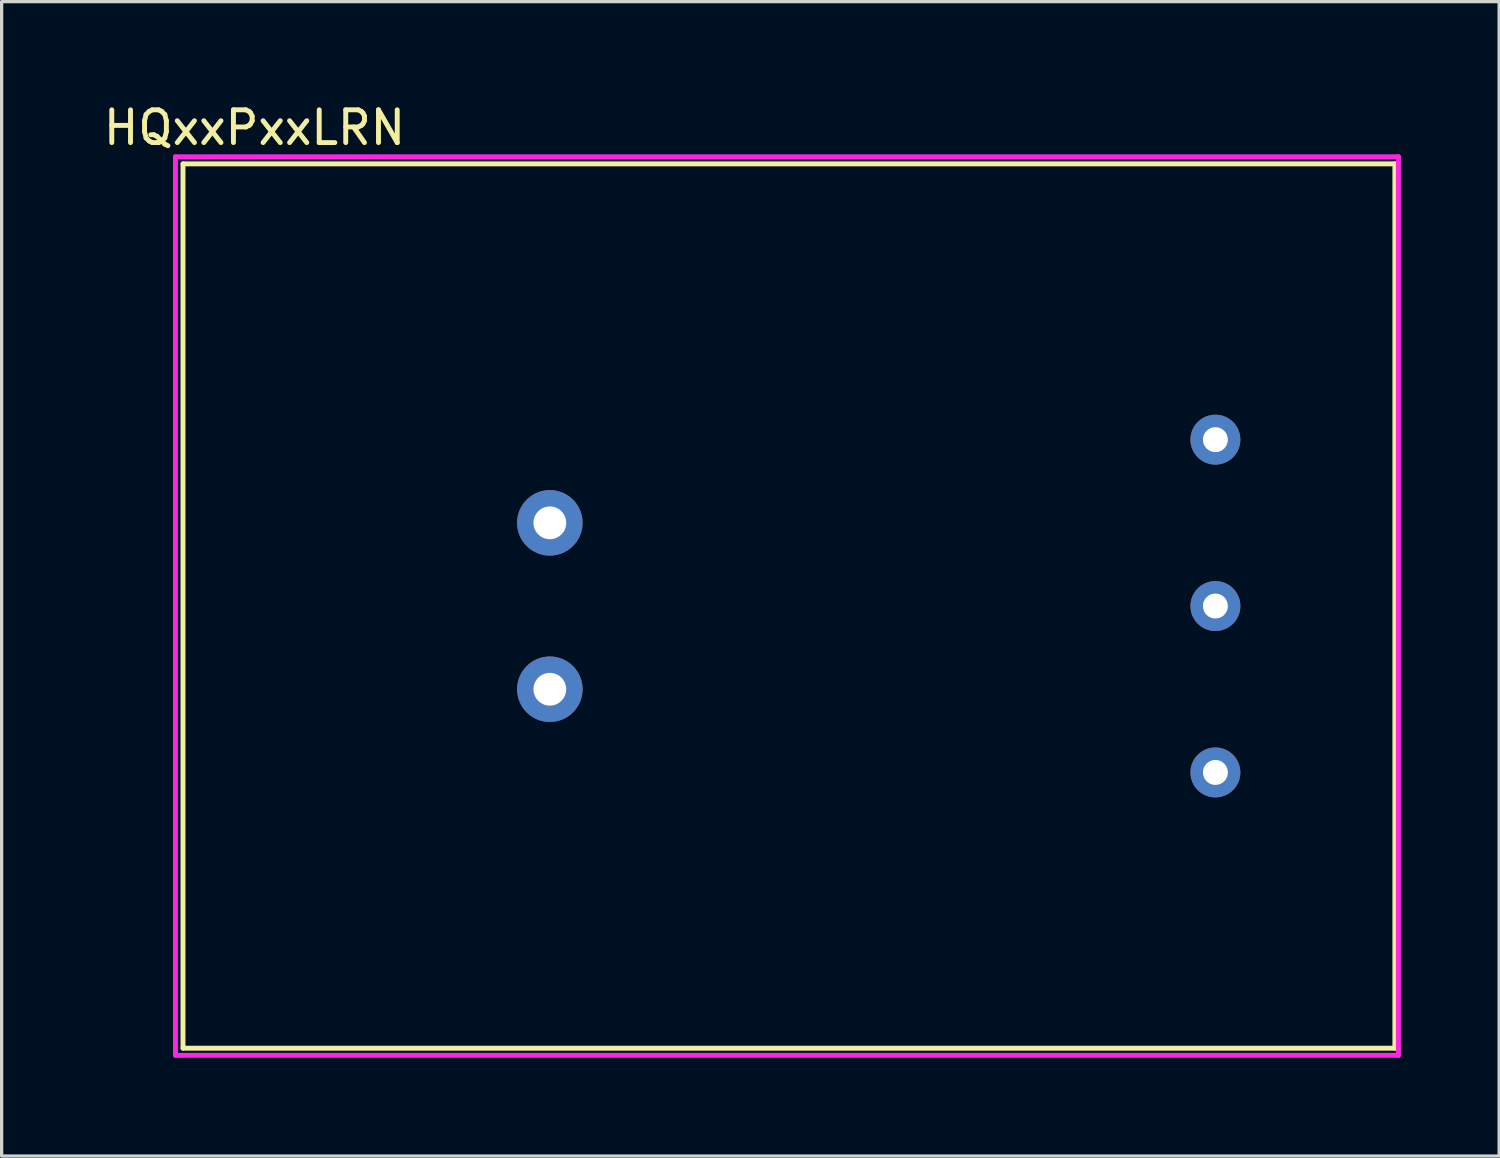
<source format=kicad_pcb>
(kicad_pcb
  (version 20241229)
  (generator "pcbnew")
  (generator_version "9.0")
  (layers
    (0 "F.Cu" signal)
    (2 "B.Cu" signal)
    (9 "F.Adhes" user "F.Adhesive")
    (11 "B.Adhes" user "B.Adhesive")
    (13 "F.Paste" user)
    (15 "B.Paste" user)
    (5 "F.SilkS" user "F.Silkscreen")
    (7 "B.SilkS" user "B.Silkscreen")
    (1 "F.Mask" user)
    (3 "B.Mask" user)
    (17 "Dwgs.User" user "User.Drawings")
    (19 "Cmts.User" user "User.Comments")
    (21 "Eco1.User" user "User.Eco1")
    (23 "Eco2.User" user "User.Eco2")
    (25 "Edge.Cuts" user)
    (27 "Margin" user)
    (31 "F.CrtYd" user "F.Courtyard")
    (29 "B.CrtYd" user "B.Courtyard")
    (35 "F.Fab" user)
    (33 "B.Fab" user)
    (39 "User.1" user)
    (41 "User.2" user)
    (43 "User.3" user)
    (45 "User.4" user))
  (footprint "HQxxPxxLRN"
    (layer "F.Cu")
    (at 13.737 15.453)
    (property "Reference" "HQxxPxxLRN" (at -9.017 -14.605 0) (layer "F.SilkS") (effects (font (size 1 1) (thickness 0.15))))
    (attr through_hole)
    (fp_line (start -11.2 -13.5) (end -11.2 13.5) (stroke (width 0.15) (type solid)) (layer "F.SilkS"))
    (fp_line (start -11.2 -13.5) (end 25.8 -13.5) (stroke (width 0.15) (type solid)) (layer "F.SilkS"))
    (fp_line (start 25.8 -13.5) (end 25.8 13.5) (stroke (width 0.15) (type solid)) (layer "F.SilkS"))
    (fp_line (start 25.8 13.5) (end -11.2 13.5) (stroke (width 0.15) (type solid)) (layer "F.SilkS"))
    (fp_line (start -11.43 -13.716) (end 25.908 -13.716) (stroke (width 0.15) (type solid)) (layer "F.CrtYd"))
    (fp_line (start -11.43 13.716) (end -11.43 -13.716) (stroke (width 0.15) (type solid)) (layer "F.CrtYd"))
    (fp_line (start 25.908 -13.716) (end 25.908 13.716) (stroke (width 0.15) (type solid)) (layer "F.CrtYd"))
    (fp_line (start 25.908 13.716) (end -11.43 13.716) (stroke (width 0.15) (type solid)) (layer "F.CrtYd"))
    (pad "1" thru_hole circle (at 0 -2.54) (size 2 2) (drill 1) (layers "*.Cu" "*.Mask"))
    (pad "2" thru_hole circle (at 0 2.54) (size 2 2) (drill 1) (layers "*.Cu" "*.Mask"))
    (pad "3" thru_hole circle (at 20.32 -5.08) (size 1.524 1.524) (drill 0.762) (layers "*.Cu" "*.Mask"))
    (pad "4" thru_hole circle (at 20.32 0) (size 1.524 1.524) (drill 0.762) (layers "*.Cu" "*.Mask"))
    (pad "5" thru_hole circle (at 20.32 5.08) (size 1.524 1.524) (drill 0.762) (layers "*.Cu" "*.Mask")))
  (gr_rect
    (start -3 -3)
    (end 42.72 32.244)
    (stroke (width 0.1) (type default))
    (fill no)
    (layer "Edge.Cuts")))
</source>
